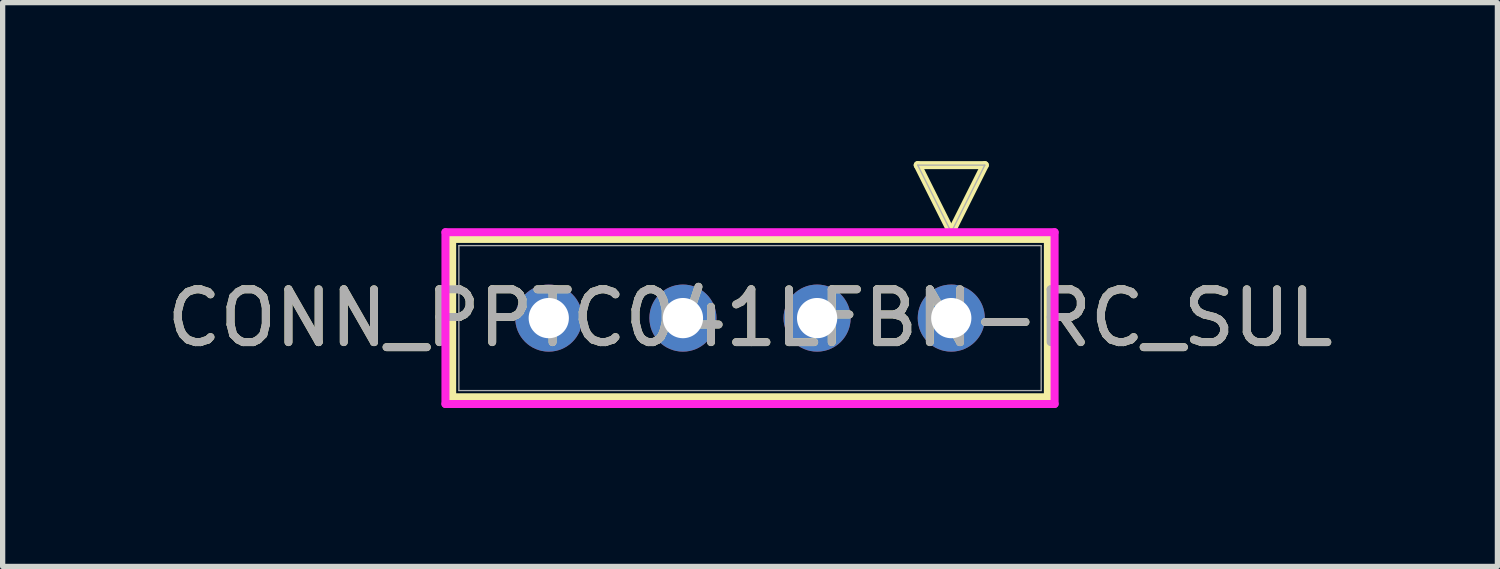
<source format=kicad_pcb>
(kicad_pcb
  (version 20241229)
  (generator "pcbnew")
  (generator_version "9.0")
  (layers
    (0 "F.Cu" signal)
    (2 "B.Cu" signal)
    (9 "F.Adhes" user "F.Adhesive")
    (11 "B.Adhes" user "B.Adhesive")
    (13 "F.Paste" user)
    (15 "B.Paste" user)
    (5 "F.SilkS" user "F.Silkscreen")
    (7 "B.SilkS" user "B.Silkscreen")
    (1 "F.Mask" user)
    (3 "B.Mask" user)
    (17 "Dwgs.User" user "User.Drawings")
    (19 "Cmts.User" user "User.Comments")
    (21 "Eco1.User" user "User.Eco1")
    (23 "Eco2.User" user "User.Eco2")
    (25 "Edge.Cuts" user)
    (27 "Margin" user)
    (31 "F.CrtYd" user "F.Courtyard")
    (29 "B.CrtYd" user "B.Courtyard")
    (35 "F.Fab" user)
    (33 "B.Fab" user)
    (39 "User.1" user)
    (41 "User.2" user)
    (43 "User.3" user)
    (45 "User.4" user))
  (footprint "CONN_PPTC041LFBN-RC_SUL"
    (layer "F.Cu")
    (at 14.959 2.972)
    (property "Reference" "CONN_PPTC041LFBN-RC_SUL" (at -3.81 0 0) (unlocked yes) (layer "F.SilkS") (effects (font (size 1 1) (thickness 0.15))))
    (attr through_hole)
    (fp_line (start -9.449 -1.499) (end -9.449 1.499) (stroke (width 0.152) (type solid)) (layer "F.SilkS"))
    (fp_line (start -9.449 1.499) (end 1.829 1.499) (stroke (width 0.152) (type solid)) (layer "F.SilkS"))
    (fp_line (start -0.635 -2.896) (end 0.635 -2.896) (stroke (width 0.152) (type solid)) (layer "F.SilkS"))
    (fp_line (start 0 -1.626) (end -0.635 -2.896) (stroke (width 0.152) (type solid)) (layer "F.SilkS"))
    (fp_line (start 0.635 -2.896) (end 0 -1.626) (stroke (width 0.152) (type solid)) (layer "F.SilkS"))
    (fp_line (start 1.829 -1.499) (end -9.449 -1.499) (stroke (width 0.152) (type solid)) (layer "F.SilkS"))
    (fp_line (start 1.829 1.499) (end 1.829 -1.499) (stroke (width 0.152) (type solid)) (layer "F.SilkS"))
    (fp_line (start -9.576 -1.626) (end -9.576 1.626) (stroke (width 0.152) (type solid)) (layer "F.CrtYd"))
    (fp_line (start -9.576 1.626) (end 1.956 1.626) (stroke (width 0.152) (type solid)) (layer "F.CrtYd"))
    (fp_line (start 1.956 -1.626) (end -9.576 -1.626) (stroke (width 0.152) (type solid)) (layer "F.CrtYd"))
    (fp_line (start 1.956 1.626) (end 1.956 -1.626) (stroke (width 0.152) (type solid)) (layer "F.CrtYd"))
    (fp_line (start -9.322 -1.372) (end -9.322 1.372) (stroke (width 0.025) (type solid)) (layer "F.Fab"))
    (fp_line (start -9.322 1.372) (end 1.702 1.372) (stroke (width 0.025) (type solid)) (layer "F.Fab"))
    (fp_line (start -0.635 -2.896) (end 0.635 -2.896) (stroke (width 0.025) (type solid)) (layer "F.Fab"))
    (fp_line (start 0 -1.626) (end -0.635 -2.896) (stroke (width 0.025) (type solid)) (layer "F.Fab"))
    (fp_line (start 0.635 -2.896) (end 0 -1.626) (stroke (width 0.025) (type solid)) (layer "F.Fab"))
    (fp_line (start 1.702 -1.372) (end -9.322 -1.372) (stroke (width 0.025) (type solid)) (layer "F.Fab"))
    (fp_line (start 1.702 1.372) (end 1.702 -1.372) (stroke (width 0.025) (type solid)) (layer "F.Fab"))
    (fp_text user "${REFERENCE}" (at -3.81 0 0) (unlocked yes) (layer "F.Fab") (effects (font (size 1 1) (thickness 0.15))))
    (pad "1" thru_hole circle (at 0 0) (size 1.27 1.27) (drill 0.762) (layers "*.Cu" "*.Mask"))
    (pad "2" thru_hole circle (at -2.54 0) (size 1.27 1.27) (drill 0.762) (layers "*.Cu" "*.Mask"))
    (pad "3" thru_hole circle (at -5.08 0) (size 1.27 1.27) (drill 0.762) (layers "*.Cu" "*.Mask"))
    (pad "4" thru_hole circle (at -7.62 0) (size 1.27 1.27) (drill 0.762) (layers "*.Cu" "*.Mask")))
  (gr_rect
    (start -3 -3)
    (end 25.298 7.674)
    (stroke (width 0.1) (type default))
    (fill no)
    (layer "Edge.Cuts")))
</source>
